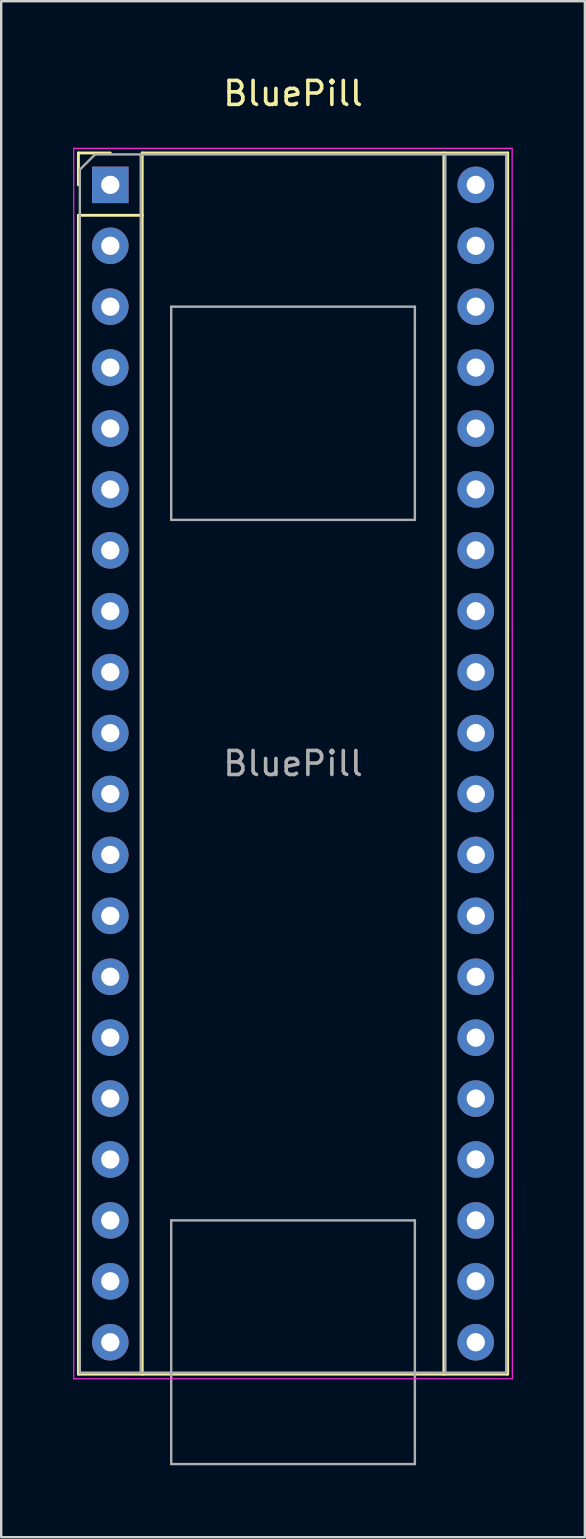
<source format=kicad_pcb>
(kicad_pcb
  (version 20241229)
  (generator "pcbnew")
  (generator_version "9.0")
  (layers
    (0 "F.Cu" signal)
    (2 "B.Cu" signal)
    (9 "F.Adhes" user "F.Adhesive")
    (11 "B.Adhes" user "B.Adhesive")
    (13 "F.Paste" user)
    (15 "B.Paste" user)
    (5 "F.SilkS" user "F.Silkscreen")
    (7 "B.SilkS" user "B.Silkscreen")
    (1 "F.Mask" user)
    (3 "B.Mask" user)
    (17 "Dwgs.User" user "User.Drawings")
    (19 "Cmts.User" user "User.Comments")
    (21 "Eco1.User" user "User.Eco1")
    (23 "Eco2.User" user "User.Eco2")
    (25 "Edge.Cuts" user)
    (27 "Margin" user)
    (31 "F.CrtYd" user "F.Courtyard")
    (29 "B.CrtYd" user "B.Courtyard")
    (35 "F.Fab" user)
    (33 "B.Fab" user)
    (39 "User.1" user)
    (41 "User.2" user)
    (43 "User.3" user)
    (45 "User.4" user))
  (footprint "BluePill"
    (layer "F.Cu")
    (at 1.549 4.658)
    (property "Reference" "BluePill" (at 7.62 -3.81 0) (layer "F.SilkS") (effects (font (size 1 1) (thickness 0.15))))
    (attr through_hole)
    (fp_line (start -1.33 -1.33) (end -1.33 0) (stroke (width 0.12) (type solid)) (layer "F.SilkS"))
    (fp_line (start -1.33 1.27) (end 1.33 1.27) (stroke (width 0.12) (type solid)) (layer "F.SilkS"))
    (fp_line (start -1.33 49.59) (end -1.33 1.27) (stroke (width 0.12) (type solid)) (layer "F.SilkS"))
    (fp_line (start 0 -1.33) (end -1.33 -1.33) (stroke (width 0.12) (type solid)) (layer "F.SilkS"))
    (fp_line (start 1.33 -1.33) (end 1.33 49.59) (stroke (width 0.12) (type solid)) (layer "F.SilkS"))
    (fp_line (start 1.33 -1.33) (end 16.57 -1.33) (stroke (width 0.12) (type solid)) (layer "F.SilkS"))
    (fp_line (start 13.91 49.59) (end 13.91 -1.33) (stroke (width 0.12) (type solid)) (layer "F.SilkS"))
    (fp_line (start 16.57 -1.33) (end 16.57 49.59) (stroke (width 0.12) (type solid)) (layer "F.SilkS"))
    (fp_line (start 16.57 49.59) (end -1.33 49.59) (stroke (width 0.12) (type solid)) (layer "F.SilkS"))
    (fp_line (start -1.524 -1.524) (end 16.756 -1.524) (stroke (width 0.05) (type solid)) (layer "F.CrtYd"))
    (fp_line (start -1.524 49.784) (end -1.524 -1.524) (stroke (width 0.05) (type solid)) (layer "F.CrtYd"))
    (fp_line (start 16.756 -1.524) (end 16.764 49.784) (stroke (width 0.05) (type solid)) (layer "F.CrtYd"))
    (fp_line (start 16.764 49.784) (end -1.524 49.784) (stroke (width 0.05) (type solid)) (layer "F.CrtYd"))
    (fp_line (start -1.27 -0.635) (end -0.635 -1.27) (stroke (width 0.1) (type solid)) (layer "F.Fab"))
    (fp_line (start -1.27 49.53) (end -1.27 -0.635) (stroke (width 0.1) (type solid)) (layer "F.Fab"))
    (fp_line (start -0.635 -1.27) (end 16.51 -1.27) (stroke (width 0.1) (type solid)) (layer "F.Fab"))
    (fp_line (start 1.27 -1.27) (end 1.27 49.53) (stroke (width 0.1) (type solid)) (layer "F.Fab"))
    (fp_line (start 2.54 5.08) (end 12.7 5.08) (stroke (width 0.1) (type solid)) (layer "F.Fab"))
    (fp_line (start 2.54 13.97) (end 2.54 5.08) (stroke (width 0.1) (type solid)) (layer "F.Fab"))
    (fp_line (start 2.54 13.97) (end 12.7 13.97) (stroke (width 0.1) (type solid)) (layer "F.Fab"))
    (fp_line (start 2.54 43.18) (end 12.7 43.18) (stroke (width 0.1) (type solid)) (layer "F.Fab"))
    (fp_line (start 2.54 53.34) (end 2.54 43.18) (stroke (width 0.1) (type solid)) (layer "F.Fab"))
    (fp_line (start 2.54 53.34) (end 12.7 53.34) (stroke (width 0.1) (type solid)) (layer "F.Fab"))
    (fp_line (start 12.7 5.08) (end 12.7 13.97) (stroke (width 0.1) (type solid)) (layer "F.Fab"))
    (fp_line (start 12.7 43.18) (end 12.7 53.34) (stroke (width 0.1) (type solid)) (layer "F.Fab"))
    (fp_line (start 13.97 -1.27) (end 13.97 49.53) (stroke (width 0.1) (type solid)) (layer "F.Fab"))
    (fp_line (start 16.51 -1.27) (end 16.51 49.53) (stroke (width 0.1) (type solid)) (layer "F.Fab"))
    (fp_line (start 16.51 49.53) (end -1.27 49.53) (stroke (width 0.1) (type solid)) (layer "F.Fab"))
    (fp_text user "${REFERENCE}" (at 7.62 24.13 0) (layer "F.Fab") (effects (font (size 1 1) (thickness 0.15))))
    (pad "1" thru_hole rect (at 0 0) (size 1.524 1.524) (drill 0.762) (layers "*.Cu" "*.Mask"))
    (pad "2" thru_hole circle (at 0 2.54) (size 1.524 1.524) (drill 0.762) (layers "*.Cu" "*.Mask"))
    (pad "3" thru_hole circle (at 0 5.08) (size 1.524 1.524) (drill 0.762) (layers "*.Cu" "*.Mask"))
    (pad "4" thru_hole circle (at 0 7.62) (size 1.524 1.524) (drill 0.762) (layers "*.Cu" "*.Mask"))
    (pad "5" thru_hole circle (at 0 10.16) (size 1.524 1.524) (drill 0.762) (layers "*.Cu" "*.Mask"))
    (pad "6" thru_hole circle (at 0 12.7) (size 1.524 1.524) (drill 0.762) (layers "*.Cu" "*.Mask"))
    (pad "7" thru_hole circle (at 0 15.24) (size 1.524 1.524) (drill 0.762) (layers "*.Cu" "*.Mask"))
    (pad "8" thru_hole circle (at 0 17.78) (size 1.524 1.524) (drill 0.762) (layers "*.Cu" "*.Mask"))
    (pad "9" thru_hole circle (at 0 20.32) (size 1.524 1.524) (drill 0.762) (layers "*.Cu" "*.Mask"))
    (pad "10" thru_hole circle (at 0 22.86) (size 1.524 1.524) (drill 0.762) (layers "*.Cu" "*.Mask"))
    (pad "11" thru_hole circle (at 0 25.4) (size 1.524 1.524) (drill 0.762) (layers "*.Cu" "*.Mask"))
    (pad "12" thru_hole circle (at 0 27.94) (size 1.524 1.524) (drill 0.762) (layers "*.Cu" "*.Mask"))
    (pad "13" thru_hole circle (at 0 30.48) (size 1.524 1.524) (drill 0.762) (layers "*.Cu" "*.Mask"))
    (pad "14" thru_hole circle (at 0 33.02) (size 1.524 1.524) (drill 0.762) (layers "*.Cu" "*.Mask"))
    (pad "15" thru_hole circle (at 0 35.56) (size 1.524 1.524) (drill 0.762) (layers "*.Cu" "*.Mask"))
    (pad "16" thru_hole circle (at 0 38.1) (size 1.524 1.524) (drill 0.762) (layers "*.Cu" "*.Mask"))
    (pad "17" thru_hole circle (at 0 40.64) (size 1.524 1.524) (drill 0.762) (layers "*.Cu" "*.Mask"))
    (pad "18" thru_hole circle (at 0 43.18) (size 1.524 1.524) (drill 0.762) (layers "*.Cu" "*.Mask"))
    (pad "19" thru_hole circle (at 0 45.72) (size 1.524 1.524) (drill 0.762) (layers "*.Cu" "*.Mask"))
    (pad "20" thru_hole circle (at 0 48.26) (size 1.524 1.524) (drill 0.762) (layers "*.Cu" "*.Mask"))
    (pad "21" thru_hole circle (at 15.24 48.26) (size 1.524 1.524) (drill 0.762) (layers "*.Cu" "*.Mask"))
    (pad "22" thru_hole circle (at 15.24 45.72) (size 1.524 1.524) (drill 0.762) (layers "*.Cu" "*.Mask"))
    (pad "23" thru_hole circle (at 15.24 43.18) (size 1.524 1.524) (drill 0.762) (layers "*.Cu" "*.Mask"))
    (pad "24" thru_hole circle (at 15.24 40.64) (size 1.524 1.524) (drill 0.762) (layers "*.Cu" "*.Mask"))
    (pad "25" thru_hole circle (at 15.24 38.1) (size 1.524 1.524) (drill 0.762) (layers "*.Cu" "*.Mask"))
    (pad "26" thru_hole circle (at 15.24 35.56) (size 1.524 1.524) (drill 0.762) (layers "*.Cu" "*.Mask"))
    (pad "27" thru_hole circle (at 15.24 33.02) (size 1.524 1.524) (drill 0.762) (layers "*.Cu" "*.Mask"))
    (pad "28" thru_hole circle (at 15.24 30.48) (size 1.524 1.524) (drill 0.762) (layers "*.Cu" "*.Mask"))
    (pad "29" thru_hole circle (at 15.24 27.94) (size 1.524 1.524) (drill 0.762) (layers "*.Cu" "*.Mask"))
    (pad "30" thru_hole circle (at 15.24 25.4) (size 1.524 1.524) (drill 0.762) (layers "*.Cu" "*.Mask"))
    (pad "31" thru_hole circle (at 15.24 22.86) (size 1.524 1.524) (drill 0.762) (layers "*.Cu" "*.Mask"))
    (pad "32" thru_hole circle (at 15.24 20.32) (size 1.524 1.524) (drill 0.762) (layers "*.Cu" "*.Mask"))
    (pad "33" thru_hole circle (at 15.24 17.78) (size 1.524 1.524) (drill 0.762) (layers "*.Cu" "*.Mask"))
    (pad "34" thru_hole circle (at 15.24 15.24) (size 1.524 1.524) (drill 0.762) (layers "*.Cu" "*.Mask"))
    (pad "35" thru_hole circle (at 15.24 12.7) (size 1.524 1.524) (drill 0.762) (layers "*.Cu" "*.Mask"))
    (pad "36" thru_hole circle (at 15.24 10.16) (size 1.524 1.524) (drill 0.762) (layers "*.Cu" "*.Mask"))
    (pad "37" thru_hole circle (at 15.24 7.62) (size 1.524 1.524) (drill 0.762) (layers "*.Cu" "*.Mask"))
    (pad "38" thru_hole circle (at 15.24 5.08) (size 1.524 1.524) (drill 0.762) (layers "*.Cu" "*.Mask"))
    (pad "39" thru_hole circle (at 15.24 2.54) (size 1.524 1.524) (drill 0.762) (layers "*.Cu" "*.Mask"))
    (pad "40" thru_hole circle (at 15.24 0) (size 1.524 1.524) (drill 0.762) (layers "*.Cu" "*.Mask")))
  (gr_rect
    (start -3 -3)
    (end 21.338 61.048)
    (stroke (width 0.1) (type default))
    (fill no)
    (layer "Edge.Cuts")))
</source>
